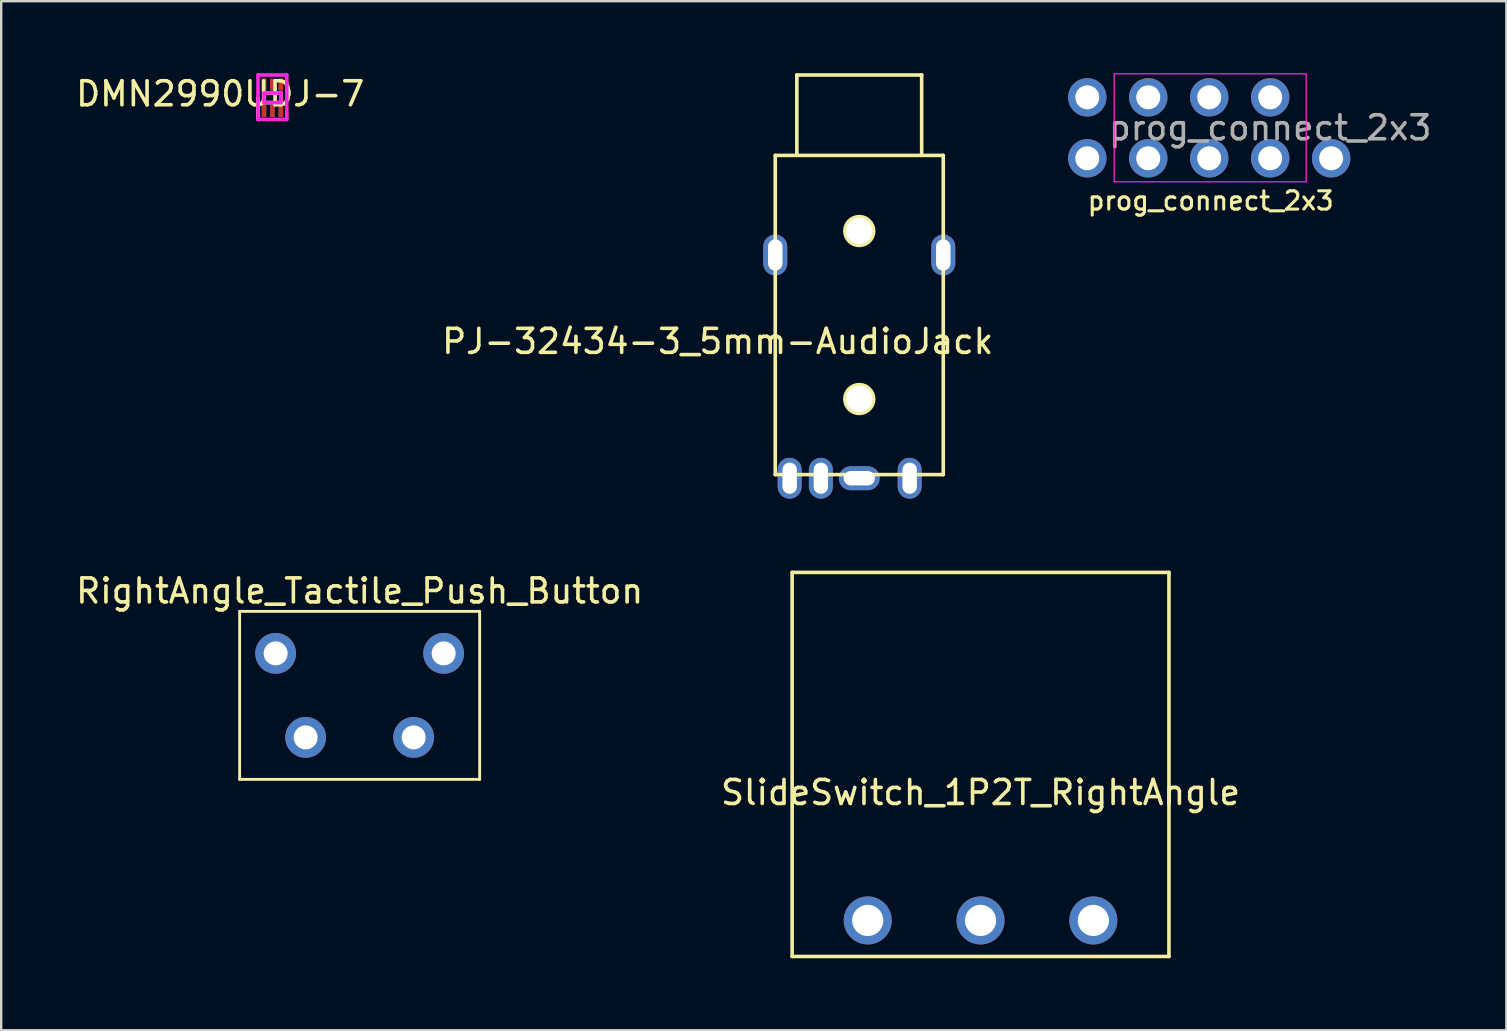
<source format=kicad_pcb>
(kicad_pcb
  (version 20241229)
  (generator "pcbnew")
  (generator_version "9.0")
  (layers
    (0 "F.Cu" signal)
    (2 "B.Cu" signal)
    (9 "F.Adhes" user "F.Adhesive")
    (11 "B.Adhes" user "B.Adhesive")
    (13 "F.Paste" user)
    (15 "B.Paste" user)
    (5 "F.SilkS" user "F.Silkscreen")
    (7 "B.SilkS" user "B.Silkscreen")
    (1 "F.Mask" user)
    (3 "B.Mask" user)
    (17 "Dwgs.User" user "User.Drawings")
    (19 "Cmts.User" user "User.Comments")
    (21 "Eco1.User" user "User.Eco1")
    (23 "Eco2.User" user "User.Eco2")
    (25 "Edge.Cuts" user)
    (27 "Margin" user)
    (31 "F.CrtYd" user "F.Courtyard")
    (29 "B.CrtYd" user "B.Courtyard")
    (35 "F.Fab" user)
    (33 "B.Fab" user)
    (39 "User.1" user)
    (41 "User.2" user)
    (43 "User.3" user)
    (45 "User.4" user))
  (footprint "RightAngle_Tactile_Push_Button"
    (layer "F.Cu")
    (at 11.935 26.423)
    (property "Reference" "RightAngle_Tactile_Push_Button" (at 0 -4.85 0) (layer "F.SilkS") (effects (font (size 1 1) (thickness 0.15))))
    (attr through_hole)
    (fp_line (start -5 -4) (end 5 -4) (stroke (width 0.12) (type solid)) (layer "F.SilkS"))
    (fp_line (start -5 3) (end -5 -4) (stroke (width 0.12) (type solid)) (layer "F.SilkS"))
    (fp_line (start 5 -4) (end 5 3) (stroke (width 0.12) (type solid)) (layer "F.SilkS"))
    (fp_line (start 5 3) (end -5 3) (stroke (width 0.12) (type solid)) (layer "F.SilkS"))
    (pad "1" thru_hole circle (at -2.25 1.25) (size 1.7 1.7) (drill 1) (layers "*.Cu" "*.Mask"))
    (pad "2" thru_hole circle (at 2.25 1.25) (size 1.7 1.7) (drill 1) (layers "*.Cu" "*.Mask"))
    (pad "3" thru_hole circle (at -3.5 -2.25) (size 1.7 1.7) (drill 1) (layers "*.Cu" "*.Mask"))
    (pad "4" thru_hole circle (at 3.5 -2.25) (size 1.7 1.7) (drill 1) (layers "*.Cu" "*.Mask")))
  (footprint "SlideSwitch_1P2T_RightAngle"
    (layer "F.Cu")
    (at 37.804 35.3)
    (property "Reference" "SlideSwitch_1P2T_RightAngle" (at 0 -5.33 0) (layer "F.SilkS") (effects (font (size 1 1) (thickness 0.15))))
    (attr through_hole)
    (fp_line (start -7.85 -14.5) (end -7.85 1.5) (stroke (width 0.15) (type solid)) (layer "F.SilkS"))
    (fp_line (start -7.85 1.5) (end 7.85 1.5) (stroke (width 0.15) (type solid)) (layer "F.SilkS"))
    (fp_line (start 7.85 -14.5) (end -7.85 -14.5) (stroke (width 0.15) (type solid)) (layer "F.SilkS"))
    (fp_line (start 7.85 1.5) (end 7.85 -14.5) (stroke (width 0.15) (type solid)) (layer "F.SilkS"))
    (pad "1" thru_hole circle (at -4.7 0) (size 2 2) (drill 1.3) (layers "*.Cu" "*.Mask"))
    (pad "2" thru_hole circle (at 0 0) (size 2 2) (drill 1.3) (layers "*.Cu" "*.Mask"))
    (pad "3" thru_hole circle (at 4.7 0) (size 2 2) (drill 1.3) (layers "*.Cu" "*.Mask")))
  (footprint "PJ-32434-3_5mm-AudioJack"
    (layer "F.Cu")
    (at 32.751 10.075)
    (property "Reference" "PJ-32434-3_5mm-AudioJack" (at -5.9 1.1 0) (layer "F.SilkS") (effects (font (size 1 1) (thickness 0.15))))
    (attr through_hole)
    (fp_line (start -3.5 -6.65) (end -3.5 6.65) (stroke (width 0.15) (type solid)) (layer "F.SilkS"))
    (fp_line (start -3.5 6.65) (end 3.5 6.65) (stroke (width 0.15) (type solid)) (layer "F.SilkS"))
    (fp_line (start -2.6 -10) (end -2.6 -6.65) (stroke (width 0.15) (type solid)) (layer "F.SilkS"))
    (fp_line (start -2.6 -10) (end 2.6 -10) (stroke (width 0.15) (type solid)) (layer "F.SilkS"))
    (fp_line (start 2.6 -10) (end 2.6 -6.65) (stroke (width 0.15) (type solid)) (layer "F.SilkS"))
    (fp_line (start 3.5 -6.65) (end -3.5 -6.65) (stroke (width 0.15) (type solid)) (layer "F.SilkS"))
    (fp_line (start 3.5 6.65) (end 3.5 -6.65) (stroke (width 0.15) (type solid)) (layer "F.SilkS"))
    (fp_circle (center 0 -3.5) (end 0.6 -3.5) (stroke (width 0.15) (type solid)) (fill no) (layer "F.SilkS"))
    (fp_circle (center 0 3.5) (end 0.6 3.5) (stroke (width 0.15) (type solid)) (fill no) (layer "F.SilkS"))
    (pad "" thru_hole oval (at -3.5 -2.5) (size 1 1.7) (drill oval 0.6 1.3) (layers "*.Cu" "*.Mask"))
    (pad "" np_thru_hole circle (at 0 -3.5) (size 1.1 1.1) (drill 1.1) (layers "*.Cu" "*.Mask"))
    (pad "" np_thru_hole circle (at 0 3.5) (size 1.1 1.1) (drill 1.1) (layers "*.Cu" "*.Mask"))
    (pad "" thru_hole oval (at 3.5 -2.5) (size 1 1.7) (drill oval 0.6 1.3) (layers "*.Cu" "*.Mask"))
    (pad "1" thru_hole oval (at -2.9 6.8) (size 1 1.7) (drill oval 0.6 1.3) (layers "*.Cu" "*.Mask"))
    (pad "2" thru_hole oval (at 0 6.8 90) (size 1 1.7) (drill oval 0.6 1.3) (layers "*.Cu" "*.Mask"))
    (pad "3" thru_hole oval (at -1.6 6.8) (size 1 1.7) (drill oval 0.6 1.3) (layers "*.Cu" "*.Mask"))
    (pad "4" thru_hole oval (at 2.1 6.8) (size 1 1.7) (drill oval 0.6 1.3) (layers "*.Cu" "*.Mask")))
  (footprint "prog_connect_2x3"
    (layer "F.Cu")
    (at 49.872 2.275)
    (property "Reference" "prog_connect_2x3" (at -2.48 3.04 180) (layer "F.SilkS") (effects (font (size 0.762 0.762) (thickness 0.127))))
    (attr exclude_from_pos_files exclude_from_bom)
    (fp_line (start -6.5 -2.25) (end 1.5 -2.25) (stroke (width 0.05) (type solid)) (layer "F.CrtYd"))
    (fp_line (start -6.5 2.25) (end -6.5 -2.25) (stroke (width 0.05) (type solid)) (layer "F.CrtYd"))
    (fp_line (start -6.5 2.25) (end 1.5 2.25) (stroke (width 0.05) (type solid)) (layer "F.CrtYd"))
    (fp_line (start 1.5 -2.25) (end 1.5 2.25) (stroke (width 0.05) (type solid)) (layer "F.CrtYd"))
    (fp_text user "${REFERENCE}" (at 0 0 0) (layer "F.Fab") (effects (font (size 1 1) (thickness 0.15))))
    (pad "" np_thru_hole circle (at -7.62 -1.27) (size 1.6 1.6) (drill 1) (layers "*.Cu" "*.Mask"))
    (pad "" np_thru_hole circle (at -7.62 1.27) (size 1.6 1.6) (drill 1) (layers "*.Cu" "*.Mask"))
    (pad "" np_thru_hole circle (at 2.54 1.27) (size 1.6 1.6) (drill 1) (layers "*.Cu" "*.Mask"))
    (pad "1" thru_hole circle (at -5.08 1.27) (size 1.6 1.6) (drill 1) (layers "*.Cu" "*.Mask"))
    (pad "2" thru_hole circle (at -5.08 -1.27) (size 1.6 1.6) (drill 1) (layers "*.Cu" "*.Mask"))
    (pad "3" thru_hole circle (at -2.54 1.27) (size 1.6 1.6) (drill 1) (layers "*.Cu" "*.Mask"))
    (pad "4" thru_hole circle (at -2.54 -1.27) (size 1.6 1.6) (drill 1) (layers "*.Cu" "*.Mask"))
    (pad "5" thru_hole circle (at 0 1.27) (size 1.6 1.6) (drill 1) (layers "*.Cu" "*.Mask"))
    (pad "6" thru_hole circle (at 0 -1.27) (size 1.6 1.6) (drill 1) (layers "*.Cu" "*.Mask")))
  (footprint "DMN2990UDJ-7"
    (layer "F.Cu")
    (at 8.3 1.025)
    (property "Reference" "DMN2990UDJ-7" (at -2.175 -0.165 0) (layer "F.SilkS") (effects (font (size 1 1) (thickness 0.15))))
    (attr through_hole)
    (fp_line (start -0.6 0) (end -0.6 0.9) (stroke (width 0.15) (type solid)) (layer "F.SilkS"))
    (fp_line (start -0.35 -0.2) (end -0.35 0.2) (stroke (width 0.15) (type solid)) (layer "F.SilkS"))
    (fp_line (start -0.35 0.2) (end 0.35 0.2) (stroke (width 0.15) (type solid)) (layer "F.SilkS"))
    (fp_line (start 0.35 -0.2) (end -0.35 -0.2) (stroke (width 0.15) (type solid)) (layer "F.SilkS"))
    (fp_line (start 0.35 0.2) (end 0.35 -0.2) (stroke (width 0.15) (type solid)) (layer "F.SilkS"))
    (fp_line (start -0.6 -0.95) (end -0.6 0.9) (stroke (width 0.15) (type solid)) (layer "F.CrtYd"))
    (fp_line (start -0.6 0.9) (end 0.6 0.9) (stroke (width 0.15) (type solid)) (layer "F.CrtYd"))
    (fp_line (start -0.35 -0.2) (end -0.35 0.2) (stroke (width 0.15) (type solid)) (layer "F.CrtYd"))
    (fp_line (start -0.35 0.2) (end 0.35 0.2) (stroke (width 0.15) (type solid)) (layer "F.CrtYd"))
    (fp_line (start 0.35 -0.2) (end -0.35 -0.2) (stroke (width 0.15) (type solid)) (layer "F.CrtYd"))
    (fp_line (start 0.35 0.2) (end 0.35 -0.2) (stroke (width 0.15) (type solid)) (layer "F.CrtYd"))
    (fp_line (start 0.6 -0.95) (end -0.6 -0.95) (stroke (width 0.15) (type solid)) (layer "F.CrtYd"))
    (fp_line (start 0.6 0.9) (end 0.6 -0.95) (stroke (width 0.15) (type solid)) (layer "F.CrtYd"))
    (pad "1" smd rect (at -0.35 0.55) (size 0.2 0.5) (layers "F.Cu" "F.Mask" "F.Paste"))
    (pad "2" smd rect (at 0 0.55) (size 0.2 0.5) (layers "F.Cu" "F.Mask" "F.Paste"))
    (pad "3" smd rect (at 0.35 0.55) (size 0.2 0.5) (layers "F.Cu" "F.Mask" "F.Paste"))
    (pad "4" smd rect (at 0.35 -0.55) (size 0.2 0.5) (layers "F.Cu" "F.Mask" "F.Paste"))
    (pad "5" smd rect (at 0 -0.55) (size 0.2 0.5) (layers "F.Cu" "F.Mask" "F.Paste"))
    (pad "6" smd rect (at -0.35 -0.55) (size 0.2 0.5) (layers "F.Cu" "F.Mask" "F.Paste")))
  (gr_rect
    (start -3 -3)
    (end 59.712 39.875)
    (stroke (width 0.1) (type default))
    (fill no)
    (layer "Edge.Cuts")))
</source>
